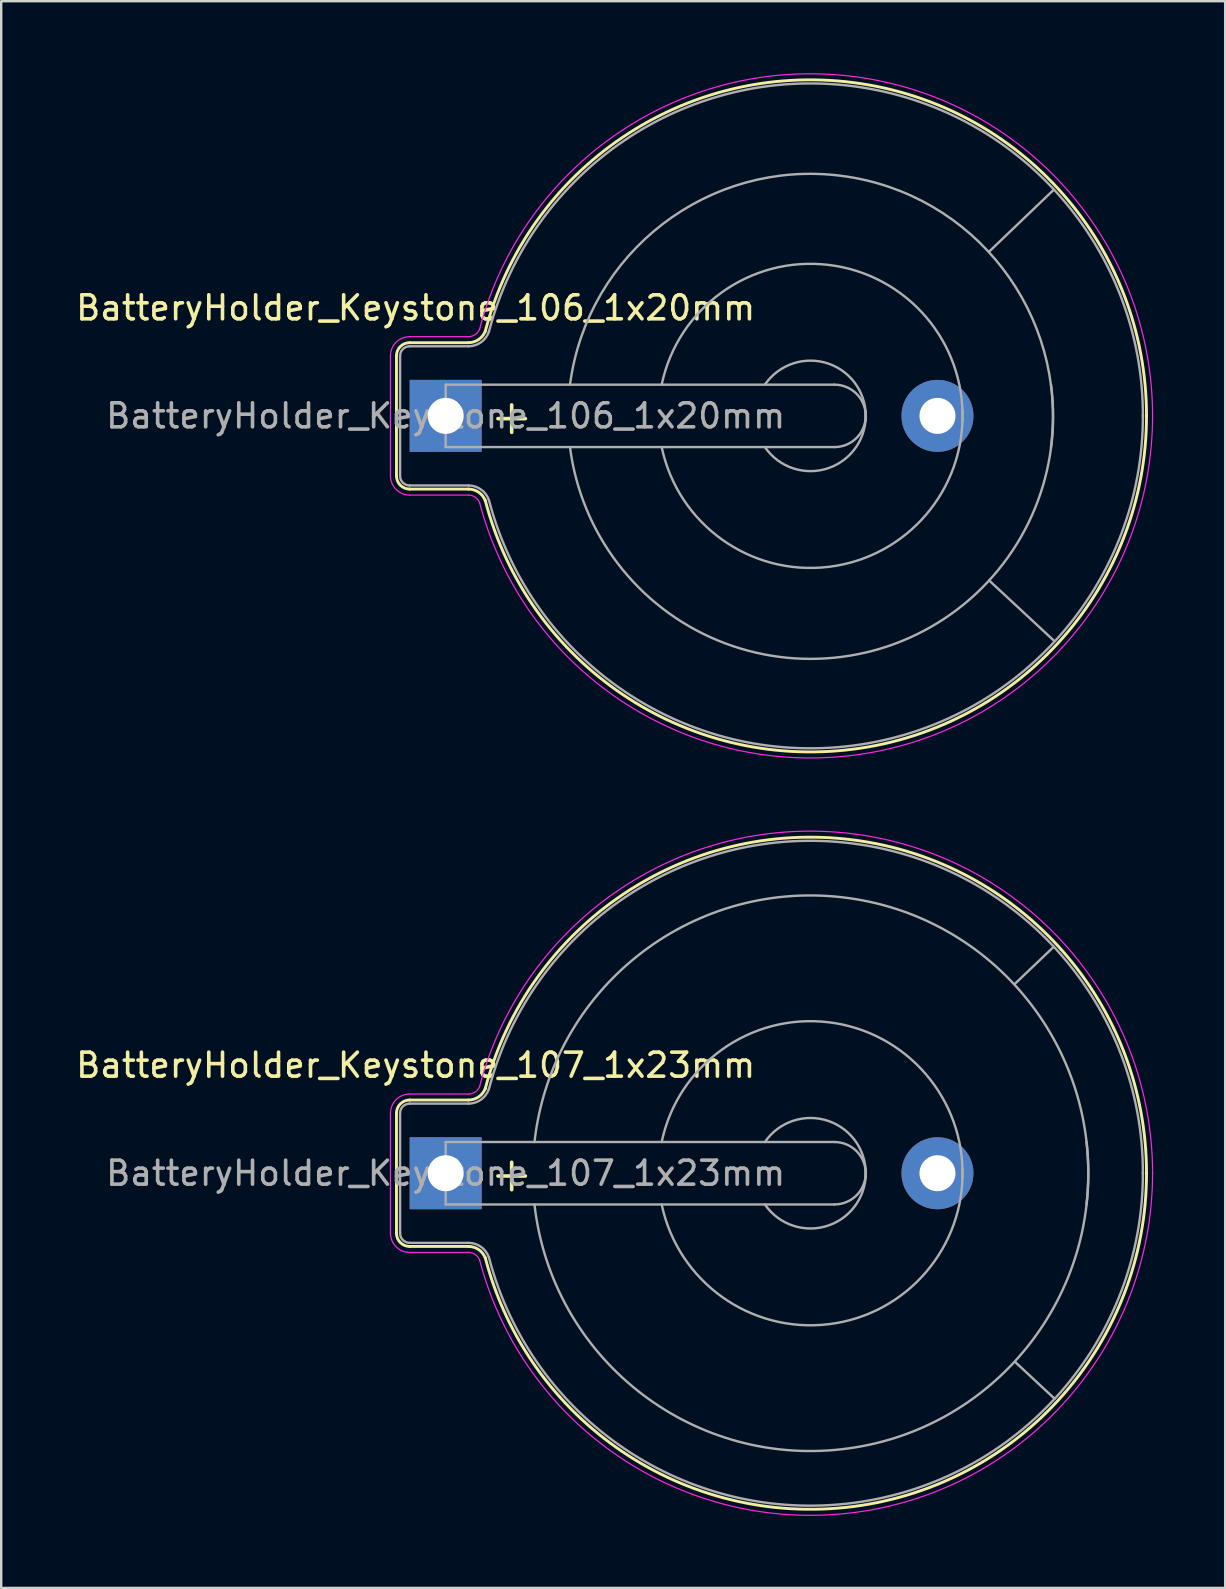
<source format=kicad_pcb>
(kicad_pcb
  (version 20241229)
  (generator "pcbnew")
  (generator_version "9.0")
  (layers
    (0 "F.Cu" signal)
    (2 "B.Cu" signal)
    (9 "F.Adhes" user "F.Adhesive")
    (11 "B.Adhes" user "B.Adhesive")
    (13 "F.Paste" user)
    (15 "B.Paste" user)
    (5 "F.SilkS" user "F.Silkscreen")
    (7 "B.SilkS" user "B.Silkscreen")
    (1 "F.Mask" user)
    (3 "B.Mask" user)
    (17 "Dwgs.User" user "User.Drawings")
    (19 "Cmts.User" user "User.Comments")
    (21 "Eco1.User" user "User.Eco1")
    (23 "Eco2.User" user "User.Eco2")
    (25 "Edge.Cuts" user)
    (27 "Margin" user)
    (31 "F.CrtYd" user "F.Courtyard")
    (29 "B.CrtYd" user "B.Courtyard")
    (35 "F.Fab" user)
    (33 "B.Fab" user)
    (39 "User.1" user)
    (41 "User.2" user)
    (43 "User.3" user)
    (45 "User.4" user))
  (footprint "BatteryHolder_Keystone_107_1x23mm"
    (layer "F.Cu")
    (at 15.518 45.831)
    (property "Reference" "BatteryHolder_Keystone_107_1x23mm" (at -1.25 -4.5 0) (layer "F.SilkS") (effects (font (size 1 1) (thickness 0.15))))
    (attr through_hole)
    (fp_line (start -2.05 -2.5) (end -2.05 2.5) (stroke (width 0.12) (type solid)) (layer "F.SilkS"))
    (fp_line (start -1.5 3.05) (end 0.95 3.05) (stroke (width 0.12) (type solid)) (layer "F.SilkS"))
    (fp_line (start 0.95 -3.05) (end -1.5 -3.05) (stroke (width 0.12) (type solid)) (layer "F.SilkS"))
    (fp_arc (start -2.05 -2.5) (mid -1.888909 -2.888909) (end -1.5 -3.05) (stroke (width 0.12) (type solid)) (layer "F.SilkS"))
    (fp_arc (start -1.5 3.05) (mid -1.888909 2.888909) (end -2.05 2.5) (stroke (width 0.12) (type solid)) (layer "F.SilkS"))
    (fp_arc (start 0.95 3.05) (mid 1.380182 3.185636) (end 1.654769 3.543485) (stroke (width 0.12) (type solid)) (layer "F.SilkS"))
    (fp_arc (start 1.65 -3.52) (mid 16.981862 -13.885887) (end 29.199738 0.015231) (stroke (width 0.12) (type solid)) (layer "F.SilkS"))
    (fp_arc (start 1.654769 -3.543485) (mid 1.380182 -3.185636) (end 0.95 -3.05) (stroke (width 0.12) (type solid)) (layer "F.SilkS"))
    (fp_arc (start 29.199738 -0.015231) (mid 16.981862 13.885887) (end 1.65 3.52) (stroke (width 0.12) (type solid)) (layer "F.SilkS"))
    (fp_line (start -2.3 -2.5) (end -2.3 2.5) (stroke (width 0.05) (type solid)) (layer "F.CrtYd"))
    (fp_line (start -1.5 3.3) (end 0.95 3.3) (stroke (width 0.05) (type solid)) (layer "F.CrtYd"))
    (fp_line (start 0.95 -3.3) (end -1.5 -3.3) (stroke (width 0.05) (type solid)) (layer "F.CrtYd"))
    (fp_arc (start -2.3 -2.5) (mid -2.065685 -3.065685) (end -1.5 -3.3) (stroke (width 0.05) (type solid)) (layer "F.CrtYd"))
    (fp_arc (start -1.5 3.3) (mid -2.065685 3.065685) (end -2.3 2.5) (stroke (width 0.05) (type solid)) (layer "F.CrtYd"))
    (fp_arc (start 0.95 3.3) (mid 1.236788 3.390424) (end 1.419846 3.62899) (stroke (width 0.05) (type solid)) (layer "F.CrtYd"))
    (fp_arc (start 1.41 -3.6) (mid 17.030934 -14.134065) (end 29.452124 0.032591) (stroke (width 0.05) (type solid)) (layer "F.CrtYd"))
    (fp_arc (start 1.419846 -3.62899) (mid 1.236788 -3.390424) (end 0.95 -3.3) (stroke (width 0.05) (type solid)) (layer "F.CrtYd"))
    (fp_arc (start 29.452124 -0.032591) (mid 17.030934 14.134065) (end 1.41 3.6) (stroke (width 0.05) (type solid)) (layer "F.CrtYd"))
    (fp_line (start -1.9 -2.5) (end -1.9 2.5) (stroke (width 0.1) (type solid)) (layer "F.Fab"))
    (fp_line (start -1.5 2.9) (end 0.95 2.9) (stroke (width 0.1) (type solid)) (layer "F.Fab"))
    (fp_line (start 0 -1.3) (end 0 1.3) (stroke (width 0.1) (type solid)) (layer "F.Fab"))
    (fp_line (start 0 1.3) (end 16.2 1.3) (stroke (width 0.1) (type solid)) (layer "F.Fab"))
    (fp_line (start 0.95 -2.9) (end -1.5 -2.9) (stroke (width 0.1) (type solid)) (layer "F.Fab"))
    (fp_line (start 16.2 -1.3) (end 0 -1.3) (stroke (width 0.1) (type solid)) (layer "F.Fab"))
    (fp_line (start 23.711 -7.887) (end 25.339 -9.439) (stroke (width 0.1) (type solid)) (layer "F.Fab"))
    (fp_line (start 23.724 7.861) (end 25.367 9.391) (stroke (width 0.1) (type solid)) (layer "F.Fab"))
    (fp_arc (start -1.9 -2.5) (mid -1.782843 -2.782843) (end -1.5 -2.9) (stroke (width 0.1) (type solid)) (layer "F.Fab"))
    (fp_arc (start -1.5 2.9) (mid -1.782843 2.782843) (end -1.9 2.5) (stroke (width 0.1) (type solid)) (layer "F.Fab"))
    (fp_arc (start 0.95 2.9) (mid 1.466219 3.062763) (end 1.795723 3.492182) (stroke (width 0.1) (type solid)) (layer "F.Fab"))
    (fp_arc (start 1.795723 -3.492182) (mid 1.466219 -3.062763) (end 0.95 -2.9) (stroke (width 0.1) (type solid)) (layer "F.Fab"))
    (fp_arc (start 1.8 -3.5) (mid 16.980951 -13.734563) (end 29.049508 0.033425) (stroke (width 0.1) (type solid)) (layer "F.Fab"))
    (fp_arc (start 3.7 -1.3) (mid 16.5 -11.5) (end 26.7 1.3) (stroke (width 0.1) (type solid)) (layer "F.Fab"))
    (fp_arc (start 9 -1.3) (mid 15.954687 -6.28971) (end 21.531551 0.203631) (stroke (width 0.1) (type solid)) (layer "F.Fab"))
    (fp_arc (start 13.3 -1.3) (mid 15.963947 -2.171724) (end 17.495448 0.175833) (stroke (width 0.1) (type solid)) (layer "F.Fab"))
    (fp_arc (start 16.2 -1.3) (mid 17.5 0) (end 16.2 1.3) (stroke (width 0.1) (type solid)) (layer "F.Fab"))
    (fp_arc (start 17.495448 -0.175833) (mid 15.963947 2.171724) (end 13.3 1.3) (stroke (width 0.1) (type solid)) (layer "F.Fab"))
    (fp_arc (start 21.531551 -0.203631) (mid 15.954687 6.28971) (end 9 1.3) (stroke (width 0.1) (type solid)) (layer "F.Fab"))
    (fp_arc (start 26.7 -1.3) (mid 16.5 11.5) (end 3.7 1.3) (stroke (width 0.1) (type solid)) (layer "F.Fab"))
    (fp_arc (start 29.049508 -0.033425) (mid 16.980951 13.734562) (end 1.8 3.5) (stroke (width 0.1) (type solid)) (layer "F.Fab"))
    (fp_text user "+" (at 2.75 0 0) (layer "F.SilkS") (effects (font (size 1.5 1.5) (thickness 0.15))))
    (fp_text user "${REFERENCE}" (at 0 0 0) (layer "F.Fab") (effects (font (size 1 1) (thickness 0.15))))
    (pad "1" thru_hole rect (at 0 0) (size 3 3) (drill 1.5) (layers "*.Cu" "*.Mask"))
    (pad "2" thru_hole circle (at 20.49 0) (size 3 3) (drill 1.5) (layers "*.Cu" "*.Mask")))
  (footprint "BatteryHolder_Keystone_106_1x20mm"
    (layer "F.Cu")
    (at 15.518 14.277)
    (property "Reference" "BatteryHolder_Keystone_106_1x20mm" (at -1.25 -4.5 0) (layer "F.SilkS") (effects (font (size 1 1) (thickness 0.15))))
    (attr through_hole)
    (fp_line (start -2.05 -2.5) (end -2.05 2.5) (stroke (width 0.12) (type solid)) (layer "F.SilkS"))
    (fp_line (start -1.5 3.05) (end 0.95 3.05) (stroke (width 0.12) (type solid)) (layer "F.SilkS"))
    (fp_line (start 0.95 -3.05) (end -1.5 -3.05) (stroke (width 0.12) (type solid)) (layer "F.SilkS"))
    (fp_arc (start -2.05 -2.5) (mid -1.888909 -2.888909) (end -1.5 -3.05) (stroke (width 0.12) (type solid)) (layer "F.SilkS"))
    (fp_arc (start -1.5 3.05) (mid -1.888909 2.888909) (end -2.05 2.5) (stroke (width 0.12) (type solid)) (layer "F.SilkS"))
    (fp_arc (start 0.95 3.05) (mid 1.380182 3.185636) (end 1.654769 3.543485) (stroke (width 0.12) (type solid)) (layer "F.SilkS"))
    (fp_arc (start 1.65 -3.52) (mid 16.981862 -13.885887) (end 29.199738 0.015231) (stroke (width 0.12) (type solid)) (layer "F.SilkS"))
    (fp_arc (start 1.654769 -3.543485) (mid 1.380182 -3.185636) (end 0.95 -3.05) (stroke (width 0.12) (type solid)) (layer "F.SilkS"))
    (fp_arc (start 29.199738 -0.015231) (mid 16.981862 13.885887) (end 1.65 3.52) (stroke (width 0.12) (type solid)) (layer "F.SilkS"))
    (fp_line (start -2.3 -2.5) (end -2.3 2.5) (stroke (width 0.05) (type solid)) (layer "F.CrtYd"))
    (fp_line (start -1.5 3.3) (end 0.95 3.3) (stroke (width 0.05) (type solid)) (layer "F.CrtYd"))
    (fp_line (start 0.95 -3.3) (end -1.5 -3.3) (stroke (width 0.05) (type solid)) (layer "F.CrtYd"))
    (fp_arc (start -2.3 -2.5) (mid -2.065685 -3.065685) (end -1.5 -3.3) (stroke (width 0.05) (type solid)) (layer "F.CrtYd"))
    (fp_arc (start -1.5 3.3) (mid -2.065685 3.065685) (end -2.3 2.5) (stroke (width 0.05) (type solid)) (layer "F.CrtYd"))
    (fp_arc (start 0.95 3.3) (mid 1.236788 3.390424) (end 1.419846 3.62899) (stroke (width 0.05) (type solid)) (layer "F.CrtYd"))
    (fp_arc (start 1.41 -3.6) (mid 17.030934 -14.134065) (end 29.452124 0.032591) (stroke (width 0.05) (type solid)) (layer "F.CrtYd"))
    (fp_arc (start 1.419846 -3.62899) (mid 1.236788 -3.390424) (end 0.95 -3.3) (stroke (width 0.05) (type solid)) (layer "F.CrtYd"))
    (fp_arc (start 29.452124 -0.032591) (mid 17.030934 14.134065) (end 1.41 3.6) (stroke (width 0.05) (type solid)) (layer "F.CrtYd"))
    (fp_line (start -1.9 -2.5) (end -1.9 2.5) (stroke (width 0.1) (type solid)) (layer "F.Fab"))
    (fp_line (start -1.5 2.9) (end 0.95 2.9) (stroke (width 0.1) (type solid)) (layer "F.Fab"))
    (fp_line (start 0 -1.3) (end 0 1.3) (stroke (width 0.1) (type solid)) (layer "F.Fab"))
    (fp_line (start 0 1.3) (end 16.2 1.3) (stroke (width 0.1) (type solid)) (layer "F.Fab"))
    (fp_line (start 0.95 -2.9) (end -1.5 -2.9) (stroke (width 0.1) (type solid)) (layer "F.Fab"))
    (fp_line (start 16.2 -1.3) (end 0 -1.3) (stroke (width 0.1) (type solid)) (layer "F.Fab"))
    (fp_line (start 22.644 6.858) (end 25.35 9.373) (stroke (width 0.1) (type solid)) (layer "F.Fab"))
    (fp_line (start 22.657 -6.858) (end 25.342 -9.429) (stroke (width 0.1) (type solid)) (layer "F.Fab"))
    (fp_arc (start -1.9 -2.5) (mid -1.782843 -2.782843) (end -1.5 -2.9) (stroke (width 0.1) (type solid)) (layer "F.Fab"))
    (fp_arc (start -1.5 2.9) (mid -1.782843 2.782843) (end -1.9 2.5) (stroke (width 0.1) (type solid)) (layer "F.Fab"))
    (fp_arc (start 0.95 2.9) (mid 1.466219 3.062763) (end 1.795723 3.492182) (stroke (width 0.1) (type solid)) (layer "F.Fab"))
    (fp_arc (start 1.795723 -3.492182) (mid 1.466219 -3.062763) (end 0.95 -2.9) (stroke (width 0.1) (type solid)) (layer "F.Fab"))
    (fp_arc (start 1.8 -3.5) (mid 16.980951 -13.734563) (end 29.049508 0.033425) (stroke (width 0.1) (type solid)) (layer "F.Fab"))
    (fp_arc (start 5.18 -1.3) (mid 16.5 -10.02) (end 25.22 1.3) (stroke (width 0.1) (type solid)) (layer "F.Fab"))
    (fp_arc (start 9 -1.3) (mid 15.954687 -6.28971) (end 21.531551 0.203631) (stroke (width 0.1) (type solid)) (layer "F.Fab"))
    (fp_arc (start 13.3 -1.3) (mid 15.963947 -2.171724) (end 17.495448 0.175833) (stroke (width 0.1) (type solid)) (layer "F.Fab"))
    (fp_arc (start 16.2 -1.3) (mid 17.5 0) (end 16.2 1.3) (stroke (width 0.1) (type solid)) (layer "F.Fab"))
    (fp_arc (start 17.495448 -0.175833) (mid 15.963947 2.171724) (end 13.3 1.3) (stroke (width 0.1) (type solid)) (layer "F.Fab"))
    (fp_arc (start 21.531551 -0.203631) (mid 15.954687 6.28971) (end 9 1.3) (stroke (width 0.1) (type solid)) (layer "F.Fab"))
    (fp_arc (start 25.22 -1.3) (mid 16.5 10.02) (end 5.18 1.3) (stroke (width 0.1) (type solid)) (layer "F.Fab"))
    (fp_arc (start 29.049508 -0.033425) (mid 16.980951 13.734562) (end 1.8 3.5) (stroke (width 0.1) (type solid)) (layer "F.Fab"))
    (fp_text user "+" (at 2.75 0 0) (layer "F.SilkS") (effects (font (size 1.5 1.5) (thickness 0.15))))
    (fp_text user "${REFERENCE}" (at 0 0 0) (layer "F.Fab") (effects (font (size 1 1) (thickness 0.15))))
    (pad "1" thru_hole rect (at 0 0) (size 3 3) (drill 1.5) (layers "*.Cu" "*.Mask"))
    (pad "2" thru_hole circle (at 20.49 0) (size 3 3) (drill 1.5) (layers "*.Cu" "*.Mask")))
  (gr_rect
    (start -3 -3)
    (end 47.995 63.109)
    (stroke (width 0.1) (type default))
    (fill no)
    (layer "Edge.Cuts")))
</source>
